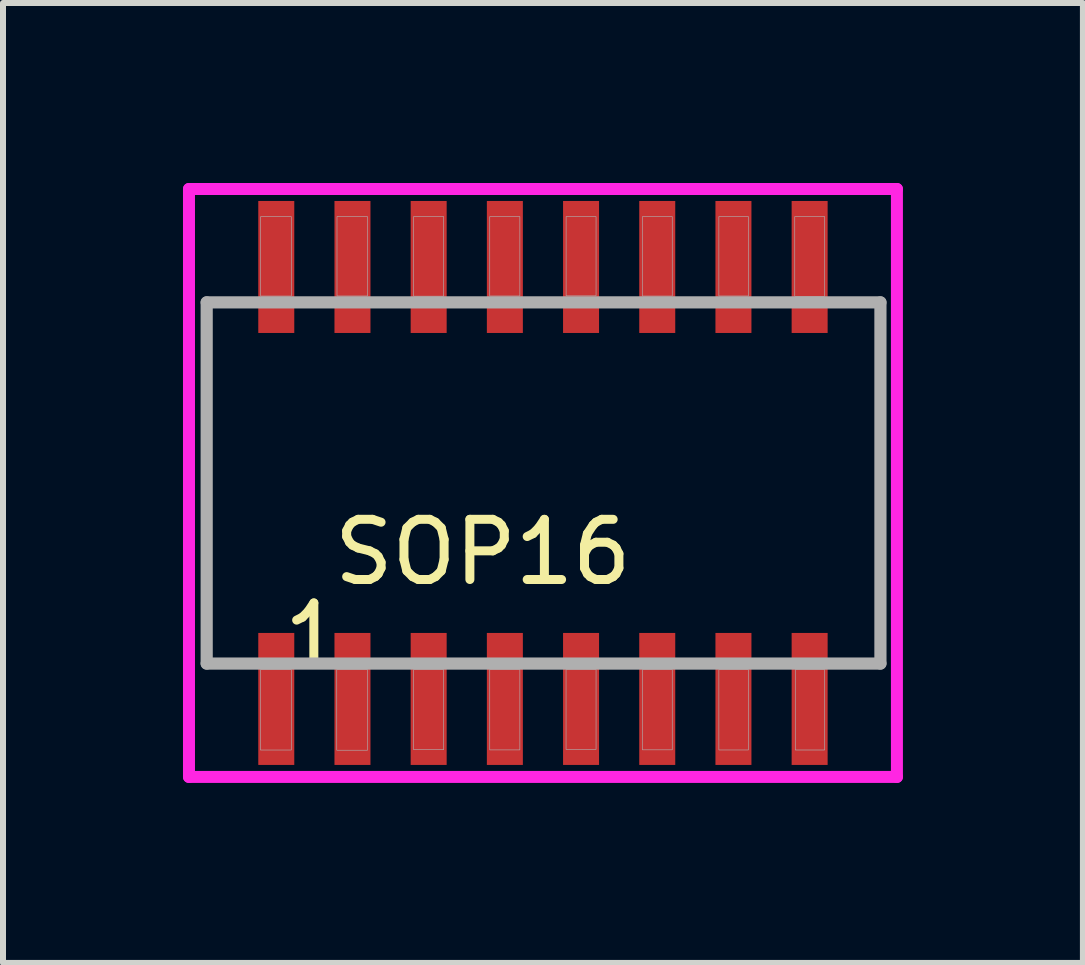
<source format=kicad_pcb>
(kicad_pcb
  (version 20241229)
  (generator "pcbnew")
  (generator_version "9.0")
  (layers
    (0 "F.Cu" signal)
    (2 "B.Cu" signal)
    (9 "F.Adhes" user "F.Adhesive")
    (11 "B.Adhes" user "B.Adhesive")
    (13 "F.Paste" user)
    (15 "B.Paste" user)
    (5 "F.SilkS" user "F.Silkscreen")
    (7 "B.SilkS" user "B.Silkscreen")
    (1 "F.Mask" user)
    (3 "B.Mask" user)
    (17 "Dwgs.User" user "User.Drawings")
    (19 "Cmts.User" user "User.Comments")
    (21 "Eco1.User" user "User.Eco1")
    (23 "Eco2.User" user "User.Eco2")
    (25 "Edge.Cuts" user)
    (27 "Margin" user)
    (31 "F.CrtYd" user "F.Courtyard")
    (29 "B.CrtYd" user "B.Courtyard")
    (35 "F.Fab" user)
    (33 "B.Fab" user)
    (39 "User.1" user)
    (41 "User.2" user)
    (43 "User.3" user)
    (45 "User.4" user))
  (footprint "SOP16"
    (layer "F.Cu")
    (at 6 5)
    (property "Reference" "SOP16" (at -1.003 1.153 0) (layer "F.SilkS") (effects (font (size 1.003 1.003) (thickness 0.15))))
    (attr smd)
    (fp_line (start -5.9 -4.9) (end 5.9 -4.9) (stroke (width 0.2) (type solid)) (layer "F.CrtYd"))
    (fp_line (start -5.9 4.9) (end -5.9 -4.9) (stroke (width 0.2) (type solid)) (layer "F.CrtYd"))
    (fp_line (start 5.9 -4.9) (end 5.9 4.9) (stroke (width 0.2) (type solid)) (layer "F.CrtYd"))
    (fp_line (start 5.9 4.9) (end -5.9 4.9) (stroke (width 0.2) (type solid)) (layer "F.CrtYd"))
    (fp_line (start -5.605 -3.01) (end 5.625 -3.01) (stroke (width 0.203) (type solid)) (layer "F.Fab"))
    (fp_line (start -5.605 3.01) (end -5.605 -3.01) (stroke (width 0.203) (type solid)) (layer "F.Fab"))
    (fp_line (start 5.625 -3.01) (end 5.625 3.01) (stroke (width 0.203) (type solid)) (layer "F.Fab"))
    (fp_line (start 5.625 3.01) (end -5.605 3.01) (stroke (width 0.203) (type solid)) (layer "F.Fab"))
    (fp_poly (pts (xy -4.708 3.11) (xy -4.195 3.11) (xy -4.195 4.452) (xy -4.708 4.452)) (stroke (width 0.01) (type solid)) (fill no) (layer "F.Fab"))
    (fp_poly (pts (xy -4.705 -4.44) (xy -4.195 -4.44) (xy -4.195 -3.116) (xy -4.705 -3.116)) (stroke (width 0.01) (type solid)) (fill no) (layer "F.Fab"))
    (fp_poly (pts (xy -3.437 3.11) (xy -2.925 3.11) (xy -2.925 4.455) (xy -3.437 4.455)) (stroke (width 0.01) (type solid)) (fill no) (layer "F.Fab"))
    (fp_poly (pts (xy -3.433 -4.44) (xy -2.925 -4.44) (xy -2.925 -3.117) (xy -3.433 -3.117)) (stroke (width 0.01) (type solid)) (fill no) (layer "F.Fab"))
    (fp_poly (pts (xy -2.157 -4.44) (xy -1.655 -4.44) (xy -1.655 -3.114) (xy -2.157 -3.114)) (stroke (width 0.01) (type solid)) (fill no) (layer "F.Fab"))
    (fp_poly (pts (xy -2.157 3.11) (xy -1.655 3.11) (xy -1.655 4.445) (xy -2.157 4.445)) (stroke (width 0.01) (type solid)) (fill no) (layer "F.Fab"))
    (fp_poly (pts (xy -0.887 -4.44) (xy -0.385 -4.44) (xy -0.385 -3.117) (xy -0.887 -3.117)) (stroke (width 0.01) (type solid)) (fill no) (layer "F.Fab"))
    (fp_poly (pts (xy -0.887 3.11) (xy -0.385 3.11) (xy -0.385 4.449) (xy -0.887 4.449)) (stroke (width 0.01) (type solid)) (fill no) (layer "F.Fab"))
    (fp_poly (pts (xy 0.385 3.11) (xy 0.885 3.11) (xy 0.885 4.442) (xy 0.385 4.442)) (stroke (width 0.01) (type solid)) (fill no) (layer "F.Fab"))
    (fp_poly (pts (xy 0.386 -4.44) (xy 0.885 -4.44) (xy 0.885 -3.119) (xy 0.386 -3.119)) (stroke (width 0.01) (type solid)) (fill no) (layer "F.Fab"))
    (fp_poly (pts (xy 1.658 -4.44) (xy 2.155 -4.44) (xy 2.155 -3.116) (xy 1.658 -3.116)) (stroke (width 0.01) (type solid)) (fill no) (layer "F.Fab"))
    (fp_poly (pts (xy 1.658 3.11) (xy 2.155 3.11) (xy 2.155 4.448) (xy 1.658 4.448)) (stroke (width 0.01) (type solid)) (fill no) (layer "F.Fab"))
    (fp_poly (pts (xy 2.932 -4.44) (xy 3.425 -4.44) (xy 3.425 -3.117) (xy 2.932 -3.117)) (stroke (width 0.01) (type solid)) (fill no) (layer "F.Fab"))
    (fp_poly (pts (xy 2.932 3.11) (xy 3.425 3.11) (xy 3.425 4.45) (xy 2.932 4.45)) (stroke (width 0.01) (type solid)) (fill no) (layer "F.Fab"))
    (fp_poly (pts (xy 4.197 -4.44) (xy 4.695 -4.44) (xy 4.695 -3.111) (xy 4.197 -3.111)) (stroke (width 0.01) (type solid)) (fill no) (layer "F.Fab"))
    (fp_poly (pts (xy 4.206 3.11) (xy 4.695 3.11) (xy 4.695 4.451) (xy 4.206 4.451)) (stroke (width 0.01) (type solid)) (fill no) (layer "F.Fab"))
    (fp_text user "1" (at -3.819 2.546 0) (layer "F.SilkS") (effects (font (size 1.002 1.002) (thickness 0.15))))
    (pad "1" smd rect (at -4.445 3.6) (size 0.6 2.2) (layers "F.Cu" "F.Mask" "F.Paste"))
    (pad "2" smd rect (at -3.175 3.6) (size 0.6 2.2) (layers "F.Cu" "F.Mask" "F.Paste"))
    (pad "3" smd rect (at -1.905 3.6) (size 0.6 2.2) (layers "F.Cu" "F.Mask" "F.Paste"))
    (pad "4" smd rect (at -0.635 3.6) (size 0.6 2.2) (layers "F.Cu" "F.Mask" "F.Paste"))
    (pad "5" smd rect (at 0.635 3.6) (size 0.6 2.2) (layers "F.Cu" "F.Mask" "F.Paste"))
    (pad "6" smd rect (at 1.905 3.6) (size 0.6 2.2) (layers "F.Cu" "F.Mask" "F.Paste"))
    (pad "7" smd rect (at 3.175 3.6) (size 0.6 2.2) (layers "F.Cu" "F.Mask" "F.Paste"))
    (pad "8" smd rect (at 4.445 3.6) (size 0.6 2.2) (layers "F.Cu" "F.Mask" "F.Paste"))
    (pad "9" smd rect (at 4.445 -3.6) (size 0.6 2.2) (layers "F.Cu" "F.Mask" "F.Paste"))
    (pad "10" smd rect (at 3.175 -3.6) (size 0.6 2.2) (layers "F.Cu" "F.Mask" "F.Paste"))
    (pad "11" smd rect (at 1.905 -3.6) (size 0.6 2.2) (layers "F.Cu" "F.Mask" "F.Paste"))
    (pad "12" smd rect (at 0.635 -3.6) (size 0.6 2.2) (layers "F.Cu" "F.Mask" "F.Paste"))
    (pad "13" smd rect (at -0.635 -3.6) (size 0.6 2.2) (layers "F.Cu" "F.Mask" "F.Paste"))
    (pad "14" smd rect (at -1.905 -3.6) (size 0.6 2.2) (layers "F.Cu" "F.Mask" "F.Paste"))
    (pad "15" smd rect (at -3.175 -3.6) (size 0.6 2.2) (layers "F.Cu" "F.Mask" "F.Paste"))
    (pad "16" smd rect (at -4.445 -3.6) (size 0.6 2.2) (layers "F.Cu" "F.Mask" "F.Paste")))
  (gr_rect
    (start -3 -3)
    (end 15 13)
    (stroke (width 0.1) (type default))
    (fill no)
    (layer "Edge.Cuts")))
</source>
